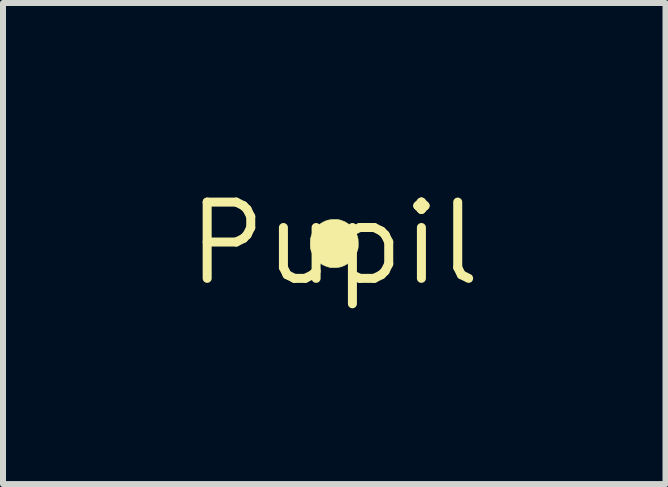
<source format=kicad_pcb>
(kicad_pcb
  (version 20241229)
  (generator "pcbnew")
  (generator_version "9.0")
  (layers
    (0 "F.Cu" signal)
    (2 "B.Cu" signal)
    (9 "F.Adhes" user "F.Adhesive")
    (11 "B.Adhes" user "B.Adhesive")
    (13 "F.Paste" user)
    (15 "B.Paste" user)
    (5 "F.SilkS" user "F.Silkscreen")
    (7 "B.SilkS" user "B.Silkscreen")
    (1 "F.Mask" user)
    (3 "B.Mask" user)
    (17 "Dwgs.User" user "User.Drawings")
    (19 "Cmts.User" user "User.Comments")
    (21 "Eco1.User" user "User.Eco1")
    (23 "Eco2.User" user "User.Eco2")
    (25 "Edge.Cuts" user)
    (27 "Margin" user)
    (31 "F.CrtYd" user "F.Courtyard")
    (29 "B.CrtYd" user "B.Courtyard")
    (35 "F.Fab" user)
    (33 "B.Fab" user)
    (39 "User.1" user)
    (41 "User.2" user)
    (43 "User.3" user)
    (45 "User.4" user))
  (footprint "Pupil"
    (layer "F.Cu")
    (at 2.517 1.006)
    (property "Reference" "Pupil" (at 0 0 0) (layer "F.SilkS") (effects (font (size 1.27 1.27) (thickness 0.15))))
    (attr through_hole)
    (fp_poly (pts (xy 0.128 -0.842) (xy 0.215 -0.824) (xy 0.3 -0.797) (xy 0.381 -0.762) (xy 0.458 -0.718) (xy 0.531 -0.667) (xy 0.597 -0.608) (xy 0.658 -0.542) (xy 0.711 -0.469) (xy 0.713 -0.467) (xy 0.759 -0.387) (xy 0.795 -0.305) (xy 0.823 -0.221) (xy 0.841 -0.135) (xy 0.85 -0.049) (xy 0.851 0.036) (xy 0.843 0.121) (xy 0.827 0.205) (xy 0.803 0.286) (xy 0.77 0.365) (xy 0.73 0.44) (xy 0.682 0.512) (xy 0.627 0.578) (xy 0.564 0.639) (xy 0.495 0.694) (xy 0.418 0.743) (xy 0.383 0.761) (xy 0.298 0.798) (xy 0.21 0.826) (xy 0.12 0.844) (xy 0.029 0.852) (xy -0.063 0.85) (xy -0.089 0.848) (xy -0.175 0.834) (xy -0.26 0.811) (xy -0.343 0.779) (xy -0.422 0.739) (xy -0.497 0.692) (xy -0.565 0.638) (xy -0.627 0.578) (xy -0.643 0.56) (xy -0.7 0.486) (xy -0.748 0.408) (xy -0.787 0.326) (xy -0.817 0.242) (xy -0.837 0.156) (xy -0.849 0.068) (xy -0.851 0.014) (xy -0.396 0.014) (xy -0.395 0.037) (xy -0.393 0.058) (xy -0.388 0.08) (xy -0.386 0.089) (xy -0.367 0.149) (xy -0.34 0.204) (xy -0.304 0.254) (xy -0.262 0.297) (xy -0.213 0.334) (xy -0.16 0.364) (xy -0.102 0.384) (xy -0.085 0.388) (xy -0.053 0.393) (xy -0.016 0.395) (xy 0.023 0.395) (xy 0.059 0.392) (xy 0.082 0.389) (xy 0.141 0.371) (xy 0.196 0.345) (xy 0.246 0.311) (xy 0.29 0.269) (xy 0.328 0.222) (xy 0.359 0.169) (xy 0.381 0.112) (xy 0.391 0.068) (xy 0.395 0.038) (xy 0.395 0.001) (xy 0.394 -0.037) (xy 0.39 -0.072) (xy 0.384 -0.103) (xy 0.384 -0.104) (xy 0.363 -0.161) (xy 0.334 -0.214) (xy 0.297 -0.262) (xy 0.253 -0.304) (xy 0.203 -0.34) (xy 0.148 -0.367) (xy 0.089 -0.386) (xy 0.089 -0.386) (xy 0.065 -0.392) (xy 0.044 -0.395) (xy 0.022 -0.396) (xy -0.004 -0.395) (xy -0.015 -0.395) (xy -0.057 -0.391) (xy -0.093 -0.386) (xy -0.126 -0.376) (xy -0.159 -0.363) (xy -0.176 -0.355) (xy -0.229 -0.324) (xy -0.276 -0.284) (xy -0.317 -0.237) (xy -0.35 -0.184) (xy -0.355 -0.175) (xy -0.371 -0.14) (xy -0.382 -0.108) (xy -0.389 -0.074) (xy -0.393 -0.035) (xy -0.395 -0.015) (xy -0.396 0.014) (xy -0.851 0.014) (xy -0.852 -0.02) (xy -0.845 -0.108) (xy -0.829 -0.196) (xy -0.804 -0.282) (xy -0.769 -0.366) (xy -0.726 -0.447) (xy -0.692 -0.498) (xy -0.665 -0.533) (xy -0.631 -0.571) (xy -0.594 -0.609) (xy -0.556 -0.645) (xy -0.518 -0.677) (xy -0.498 -0.692) (xy -0.435 -0.732) (xy -0.365 -0.768) (xy -0.292 -0.799) (xy -0.218 -0.823) (xy -0.146 -0.839) (xy -0.142 -0.84) (xy -0.051 -0.85) (xy 0.039 -0.851) (xy 0.128 -0.842)) (stroke (width 0.01) (type solid)) (fill yes) (layer "F.Mask"))
    (fp_poly (pts (xy 0.033 -0.399) (xy 0.057 -0.398) (xy 0.076 -0.396) (xy 0.093 -0.392) (xy 0.11 -0.387) (xy 0.112 -0.387) (xy 0.174 -0.363) (xy 0.229 -0.33) (xy 0.278 -0.291) (xy 0.32 -0.244) (xy 0.354 -0.19) (xy 0.381 -0.13) (xy 0.387 -0.112) (xy 0.392 -0.095) (xy 0.395 -0.078) (xy 0.397 -0.06) (xy 0.398 -0.038) (xy 0.399 -0.009) (xy 0.399 0) (xy 0.399 0.031) (xy 0.398 0.055) (xy 0.396 0.074) (xy 0.393 0.09) (xy 0.388 0.107) (xy 0.387 0.112) (xy 0.363 0.173) (xy 0.33 0.229) (xy 0.291 0.278) (xy 0.244 0.32) (xy 0.19 0.354) (xy 0.131 0.381) (xy 0.114 0.386) (xy 0.091 0.392) (xy 0.061 0.396) (xy 0.027 0.399) (xy -0.007 0.4) (xy -0.039 0.4) (xy -0.066 0.398) (xy -0.076 0.396) (xy -0.136 0.378) (xy -0.194 0.352) (xy -0.246 0.318) (xy -0.293 0.276) (xy -0.311 0.256) (xy -0.33 0.229) (xy -0.35 0.196) (xy -0.368 0.16) (xy -0.382 0.125) (xy -0.39 0.102) (xy -0.395 0.075) (xy -0.398 0.042) (xy -0.399 0.005) (xy -0.398 -0.032) (xy -0.396 -0.066) (xy -0.391 -0.095) (xy -0.39 -0.102) (xy -0.369 -0.161) (xy -0.339 -0.216) (xy -0.301 -0.265) (xy -0.257 -0.309) (xy -0.207 -0.344) (xy -0.175 -0.361) (xy -0.143 -0.376) (xy -0.114 -0.386) (xy -0.085 -0.393) (xy -0.054 -0.397) (xy -0.017 -0.399) (xy 0.003 -0.399) (xy 0.033 -0.399)) (stroke (width 0.01) (type solid)) (fill yes) (layer "F.SilkS")))
  (gr_rect
    (start -3 -3)
    (end 8.034 5.012)
    (stroke (width 0.1) (type default))
    (fill no)
    (layer "Edge.Cuts")))
</source>
